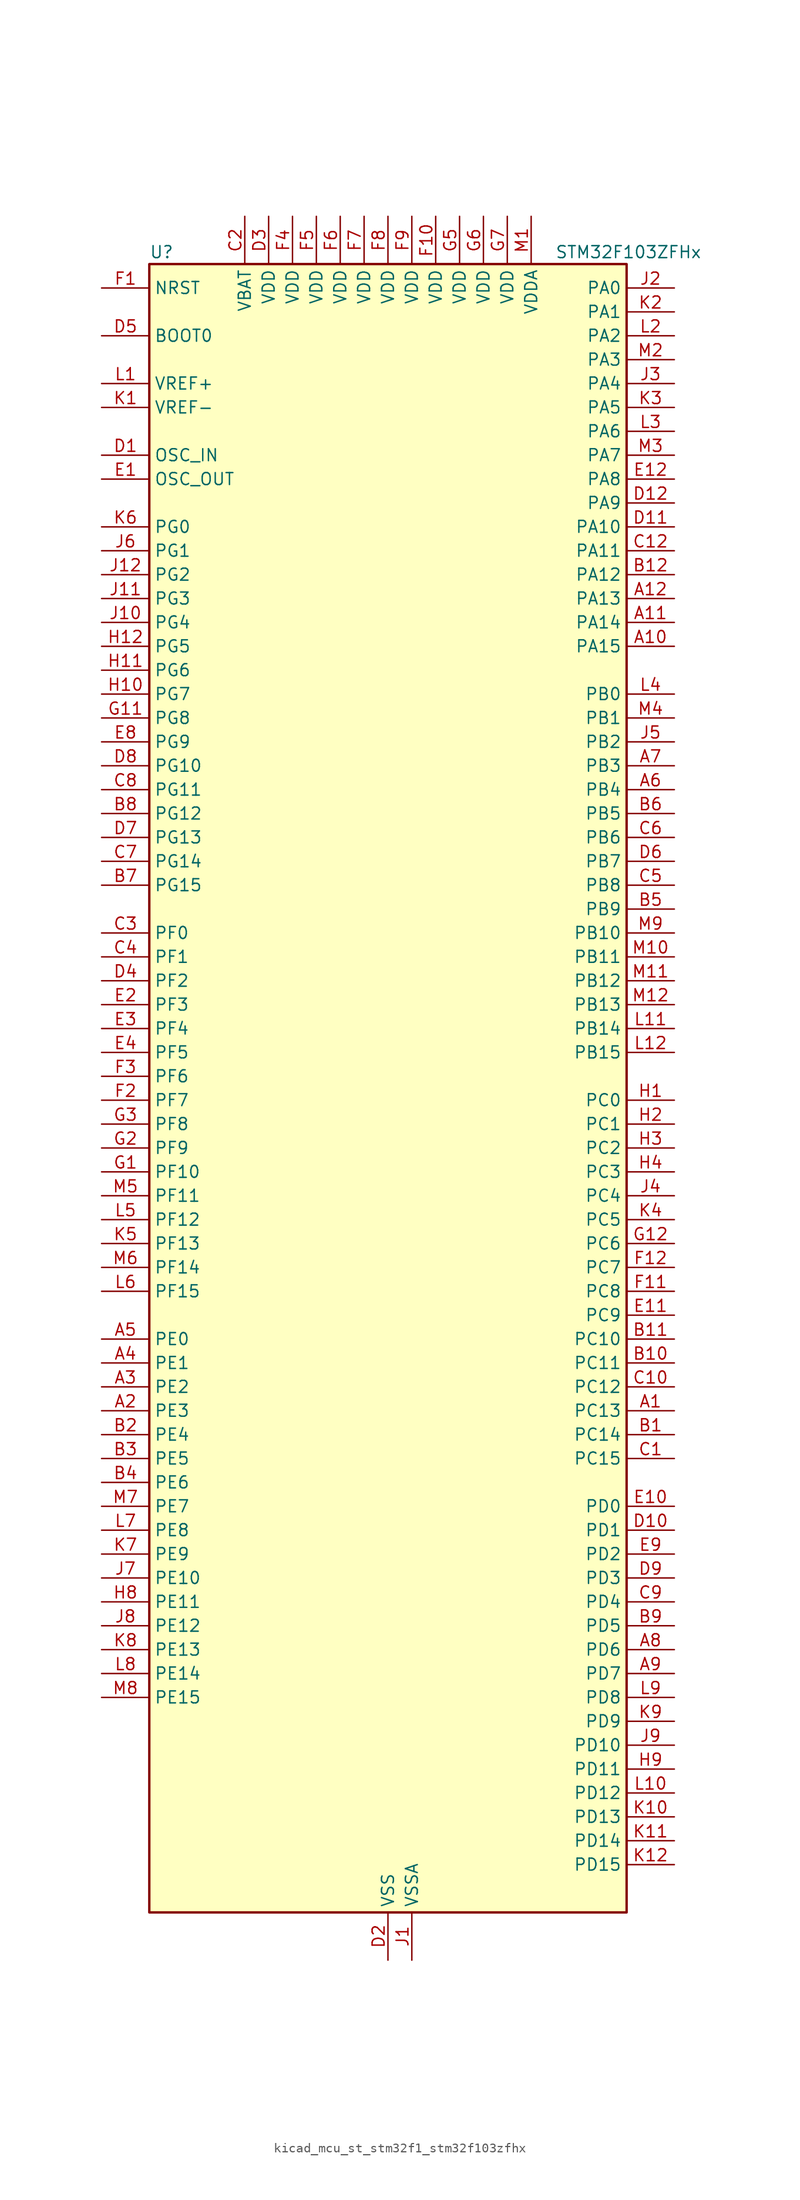
<source format=kicad_sym>
(kicad_symbol_lib
  (version 20220914)
  (generator kicad_symbol_editor)
  (symbol "kicad_mcu_st_stm32f1_stm32f103zfhx"
    (property "Reference" "U"
      (at -25.4 90.17 0)
      (effects (font (size 1.27 1.27)) (justify left)))
    (property "Value" "STM32F103ZFHx"
      (at 17.78 90.17 0)
      (effects (font (size 1.27 1.27)) (justify left)))
    (property "ki_locked" ""
      (at 0 0 0)
      (effects (font (size 1.27 1.27))))
    (symbol "kicad_mcu_st_stm32f1_stm32f103zfhx_0_1"
      (rectangle (start -25.4 -86.36) (end 25.4 88.9) (stroke (width 0.254) (type default)) (fill (type background))))
    (symbol "kicad_mcu_st_stm32f1_stm32f103zfhx_1_1"
      (pin bidirectional line (at 30.48 -33.02 180) (length 5.08) (name "PC13" (effects (font (size 1.27 1.27)))) (number "A1" (effects (font (size 1.27 1.27)))) (alternate "RTC_OUT" bidirectional line) (alternate "RTC_TAMPER" bidirectional line))
      (pin bidirectional line (at 30.48 48.26 180) (length 5.08) (name "PA15" (effects (font (size 1.27 1.27)))) (number "A10" (effects (font (size 1.27 1.27)))) (alternate "ADC1_EXTI15" bidirectional line) (alternate "ADC2_EXTI15" bidirectional line) (alternate "I2S3_WS" bidirectional line) (alternate "SPI1_NSS" bidirectional line) (alternate "SPI3_NSS" bidirectional line) (alternate "SYS_JTDI" bidirectional line) (alternate "TIM2_CH1" bidirectional line) (alternate "TIM2_ETR" bidirectional line))
      (pin bidirectional line (at 30.48 50.8 180) (length 5.08) (name "PA14" (effects (font (size 1.27 1.27)))) (number "A11" (effects (font (size 1.27 1.27)))) (alternate "SYS_JTCK-SWCLK" bidirectional line))
      (pin bidirectional line (at 30.48 53.34 180) (length 5.08) (name "PA13" (effects (font (size 1.27 1.27)))) (number "A12" (effects (font (size 1.27 1.27)))) (alternate "SYS_JTMS-SWDIO" bidirectional line))
      (pin bidirectional line (at -30.48 -33.02 0) (length 5.08) (name "PE3" (effects (font (size 1.27 1.27)))) (number "A2" (effects (font (size 1.27 1.27)))) (alternate "FSMC_A19" bidirectional line) (alternate "SYS_TRACED0" bidirectional line))
      (pin bidirectional line (at -30.48 -30.48 0) (length 5.08) (name "PE2" (effects (font (size 1.27 1.27)))) (number "A3" (effects (font (size 1.27 1.27)))) (alternate "FSMC_A23" bidirectional line) (alternate "SYS_TRACECLK" bidirectional line))
      (pin bidirectional line (at -30.48 -27.94 0) (length 5.08) (name "PE1" (effects (font (size 1.27 1.27)))) (number "A4" (effects (font (size 1.27 1.27)))) (alternate "FSMC_NBL1" bidirectional line))
      (pin bidirectional line (at -30.48 -25.4 0) (length 5.08) (name "PE0" (effects (font (size 1.27 1.27)))) (number "A5" (effects (font (size 1.27 1.27)))) (alternate "FSMC_NBL0" bidirectional line) (alternate "TIM4_ETR" bidirectional line))
      (pin bidirectional line (at 30.48 33.02 180) (length 5.08) (name "PB4" (effects (font (size 1.27 1.27)))) (number "A6" (effects (font (size 1.27 1.27)))) (alternate "SPI1_MISO" bidirectional line) (alternate "SPI3_MISO" bidirectional line) (alternate "SYS_NJTRST" bidirectional line) (alternate "TIM3_CH1" bidirectional line))
      (pin bidirectional line (at 30.48 35.56 180) (length 5.08) (name "PB3" (effects (font (size 1.27 1.27)))) (number "A7" (effects (font (size 1.27 1.27)))) (alternate "I2S3_CK" bidirectional line) (alternate "SPI1_SCK" bidirectional line) (alternate "SPI3_SCK" bidirectional line) (alternate "SYS_JTDO-TRACESWO" bidirectional line) (alternate "TIM2_CH2" bidirectional line))
      (pin bidirectional line (at 30.48 -58.42 180) (length 5.08) (name "PD6" (effects (font (size 1.27 1.27)))) (number "A8" (effects (font (size 1.27 1.27)))) (alternate "FSMC_NWAIT" bidirectional line) (alternate "USART2_RX" bidirectional line))
      (pin bidirectional line (at 30.48 -60.96 180) (length 5.08) (name "PD7" (effects (font (size 1.27 1.27)))) (number "A9" (effects (font (size 1.27 1.27)))) (alternate "FSMC_NCE2" bidirectional line) (alternate "FSMC_NE1" bidirectional line) (alternate "USART2_CK" bidirectional line))
      (pin bidirectional line (at 30.48 -35.56 180) (length 5.08) (name "PC14" (effects (font (size 1.27 1.27)))) (number "B1" (effects (font (size 1.27 1.27)))) (alternate "RCC_OSC32_IN" bidirectional line))
      (pin bidirectional line (at 30.48 -27.94 180) (length 5.08) (name "PC11" (effects (font (size 1.27 1.27)))) (number "B10" (effects (font (size 1.27 1.27)))) (alternate "ADC1_EXTI11" bidirectional line) (alternate "ADC2_EXTI11" bidirectional line) (alternate "SDIO_D3" bidirectional line) (alternate "UART4_RX" bidirectional line) (alternate "USART3_RX" bidirectional line))
      (pin bidirectional line (at 30.48 -25.4 180) (length 5.08) (name "PC10" (effects (font (size 1.27 1.27)))) (number "B11" (effects (font (size 1.27 1.27)))) (alternate "SDIO_D2" bidirectional line) (alternate "UART4_TX" bidirectional line) (alternate "USART3_TX" bidirectional line))
      (pin bidirectional line (at 30.48 55.88 180) (length 5.08) (name "PA12" (effects (font (size 1.27 1.27)))) (number "B12" (effects (font (size 1.27 1.27)))) (alternate "CAN_TX" bidirectional line) (alternate "TIM1_ETR" bidirectional line) (alternate "USART1_RTS" bidirectional line) (alternate "USB_DP" bidirectional line))
      (pin bidirectional line (at -30.48 -35.56 0) (length 5.08) (name "PE4" (effects (font (size 1.27 1.27)))) (number "B2" (effects (font (size 1.27 1.27)))) (alternate "FSMC_A20" bidirectional line) (alternate "SYS_TRACED1" bidirectional line))
      (pin bidirectional line (at -30.48 -38.1 0) (length 5.08) (name "PE5" (effects (font (size 1.27 1.27)))) (number "B3" (effects (font (size 1.27 1.27)))) (alternate "FSMC_A21" bidirectional line) (alternate "SYS_TRACED2" bidirectional line) (alternate "TIM9_CH1" bidirectional line))
      (pin bidirectional line (at -30.48 -40.64 0) (length 5.08) (name "PE6" (effects (font (size 1.27 1.27)))) (number "B4" (effects (font (size 1.27 1.27)))) (alternate "FSMC_A22" bidirectional line) (alternate "SYS_TRACED3" bidirectional line) (alternate "TIM9_CH2" bidirectional line))
      (pin bidirectional line (at 30.48 20.32 180) (length 5.08) (name "PB9" (effects (font (size 1.27 1.27)))) (number "B5" (effects (font (size 1.27 1.27)))) (alternate "CAN_TX" bidirectional line) (alternate "DAC_EXTI9" bidirectional line) (alternate "I2C1_SDA" bidirectional line) (alternate "SDIO_D5" bidirectional line) (alternate "TIM11_CH1" bidirectional line) (alternate "TIM4_CH4" bidirectional line))
      (pin bidirectional line (at 30.48 30.48 180) (length 5.08) (name "PB5" (effects (font (size 1.27 1.27)))) (number "B6" (effects (font (size 1.27 1.27)))) (alternate "I2C1_SMBA" bidirectional line) (alternate "I2S3_SD" bidirectional line) (alternate "SPI1_MOSI" bidirectional line) (alternate "SPI3_MOSI" bidirectional line) (alternate "TIM3_CH2" bidirectional line))
      (pin bidirectional line (at -30.48 22.86 0) (length 5.08) (name "PG15" (effects (font (size 1.27 1.27)))) (number "B7" (effects (font (size 1.27 1.27)))) (alternate "ADC1_EXTI15" bidirectional line) (alternate "ADC2_EXTI15" bidirectional line))
      (pin bidirectional line (at -30.48 30.48 0) (length 5.08) (name "PG12" (effects (font (size 1.27 1.27)))) (number "B8" (effects (font (size 1.27 1.27)))) (alternate "FSMC_NE4" bidirectional line))
      (pin bidirectional line (at 30.48 -55.88 180) (length 5.08) (name "PD5" (effects (font (size 1.27 1.27)))) (number "B9" (effects (font (size 1.27 1.27)))) (alternate "FSMC_NWE" bidirectional line) (alternate "USART2_TX" bidirectional line))
      (pin bidirectional line (at 30.48 -38.1 180) (length 5.08) (name "PC15" (effects (font (size 1.27 1.27)))) (number "C1" (effects (font (size 1.27 1.27)))) (alternate "ADC1_EXTI15" bidirectional line) (alternate "ADC2_EXTI15" bidirectional line) (alternate "RCC_OSC32_OUT" bidirectional line))
      (pin bidirectional line (at 30.48 -30.48 180) (length 5.08) (name "PC12" (effects (font (size 1.27 1.27)))) (number "C10" (effects (font (size 1.27 1.27)))) (alternate "SDIO_CK" bidirectional line) (alternate "UART5_TX" bidirectional line) (alternate "USART3_CK" bidirectional line))
      (pin no_connect line (at -25.4 -86.36 0) (length 5.08) hide (name "NC" (effects (font (size 1.27 1.27)))) (number "C11" (effects (font (size 1.27 1.27)))))
      (pin bidirectional line (at 30.48 58.42 180) (length 5.08) (name "PA11" (effects (font (size 1.27 1.27)))) (number "C12" (effects (font (size 1.27 1.27)))) (alternate "ADC1_EXTI11" bidirectional line) (alternate "ADC2_EXTI11" bidirectional line) (alternate "CAN_RX" bidirectional line) (alternate "TIM1_CH4" bidirectional line) (alternate "USART1_CTS" bidirectional line) (alternate "USB_DM" bidirectional line))
      (pin power_in line (at -15.24 93.98 270) (length 5.08) (name "VBAT" (effects (font (size 1.27 1.27)))) (number "C2" (effects (font (size 1.27 1.27)))))
      (pin bidirectional line (at -30.48 17.78 0) (length 5.08) (name "PF0" (effects (font (size 1.27 1.27)))) (number "C3" (effects (font (size 1.27 1.27)))) (alternate "FSMC_A0" bidirectional line))
      (pin bidirectional line (at -30.48 15.24 0) (length 5.08) (name "PF1" (effects (font (size 1.27 1.27)))) (number "C4" (effects (font (size 1.27 1.27)))) (alternate "FSMC_A1" bidirectional line))
      (pin bidirectional line (at 30.48 22.86 180) (length 5.08) (name "PB8" (effects (font (size 1.27 1.27)))) (number "C5" (effects (font (size 1.27 1.27)))) (alternate "CAN_RX" bidirectional line) (alternate "I2C1_SCL" bidirectional line) (alternate "SDIO_D4" bidirectional line) (alternate "TIM10_CH1" bidirectional line) (alternate "TIM4_CH3" bidirectional line))
      (pin bidirectional line (at 30.48 27.94 180) (length 5.08) (name "PB6" (effects (font (size 1.27 1.27)))) (number "C6" (effects (font (size 1.27 1.27)))) (alternate "I2C1_SCL" bidirectional line) (alternate "TIM4_CH1" bidirectional line) (alternate "USART1_TX" bidirectional line))
      (pin bidirectional line (at -30.48 25.4 0) (length 5.08) (name "PG14" (effects (font (size 1.27 1.27)))) (number "C7" (effects (font (size 1.27 1.27)))) (alternate "FSMC_A25" bidirectional line))
      (pin bidirectional line (at -30.48 33.02 0) (length 5.08) (name "PG11" (effects (font (size 1.27 1.27)))) (number "C8" (effects (font (size 1.27 1.27)))) (alternate "ADC1_EXTI11" bidirectional line) (alternate "ADC2_EXTI11" bidirectional line) (alternate "FSMC_NCE4_2" bidirectional line))
      (pin bidirectional line (at 30.48 -53.34 180) (length 5.08) (name "PD4" (effects (font (size 1.27 1.27)))) (number "C9" (effects (font (size 1.27 1.27)))) (alternate "FSMC_NOE" bidirectional line) (alternate "USART2_RTS" bidirectional line))
      (pin input line (at -30.48 68.58 0) (length 5.08) (name "OSC_IN" (effects (font (size 1.27 1.27)))) (number "D1" (effects (font (size 1.27 1.27)))) (alternate "RCC_OSC_IN" bidirectional line))
      (pin bidirectional line (at 30.48 -45.72 180) (length 5.08) (name "PD1" (effects (font (size 1.27 1.27)))) (number "D10" (effects (font (size 1.27 1.27)))) (alternate "CAN_TX" bidirectional line) (alternate "FSMC_D3" bidirectional line) (alternate "FSMC_DA3" bidirectional line))
      (pin bidirectional line (at 30.48 60.96 180) (length 5.08) (name "PA10" (effects (font (size 1.27 1.27)))) (number "D11" (effects (font (size 1.27 1.27)))) (alternate "TIM1_CH3" bidirectional line) (alternate "USART1_RX" bidirectional line))
      (pin bidirectional line (at 30.48 63.5 180) (length 5.08) (name "PA9" (effects (font (size 1.27 1.27)))) (number "D12" (effects (font (size 1.27 1.27)))) (alternate "DAC_EXTI9" bidirectional line) (alternate "TIM1_CH2" bidirectional line) (alternate "USART1_TX" bidirectional line))
      (pin power_in line (at 0 -91.44 90) (length 5.08) (name "VSS" (effects (font (size 1.27 1.27)))) (number "D2" (effects (font (size 1.27 1.27)))))
      (pin power_in line (at -12.7 93.98 270) (length 5.08) (name "VDD" (effects (font (size 1.27 1.27)))) (number "D3" (effects (font (size 1.27 1.27)))))
      (pin bidirectional line (at -30.48 12.7 0) (length 5.08) (name "PF2" (effects (font (size 1.27 1.27)))) (number "D4" (effects (font (size 1.27 1.27)))) (alternate "FSMC_A2" bidirectional line))
      (pin input line (at -30.48 81.28 0) (length 5.08) (name "BOOT0" (effects (font (size 1.27 1.27)))) (number "D5" (effects (font (size 1.27 1.27)))))
      (pin bidirectional line (at 30.48 25.4 180) (length 5.08) (name "PB7" (effects (font (size 1.27 1.27)))) (number "D6" (effects (font (size 1.27 1.27)))) (alternate "FSMC_NL" bidirectional line) (alternate "I2C1_SDA" bidirectional line) (alternate "TIM4_CH2" bidirectional line) (alternate "USART1_RX" bidirectional line))
      (pin bidirectional line (at -30.48 27.94 0) (length 5.08) (name "PG13" (effects (font (size 1.27 1.27)))) (number "D7" (effects (font (size 1.27 1.27)))) (alternate "FSMC_A24" bidirectional line))
      (pin bidirectional line (at -30.48 35.56 0) (length 5.08) (name "PG10" (effects (font (size 1.27 1.27)))) (number "D8" (effects (font (size 1.27 1.27)))) (alternate "FSMC_NCE4_1" bidirectional line) (alternate "FSMC_NE3" bidirectional line))
      (pin bidirectional line (at 30.48 -50.8 180) (length 5.08) (name "PD3" (effects (font (size 1.27 1.27)))) (number "D9" (effects (font (size 1.27 1.27)))) (alternate "FSMC_CLK" bidirectional line) (alternate "USART2_CTS" bidirectional line))
      (pin input line (at -30.48 66.04 0) (length 5.08) (name "OSC_OUT" (effects (font (size 1.27 1.27)))) (number "E1" (effects (font (size 1.27 1.27)))) (alternate "RCC_OSC_OUT" bidirectional line))
      (pin bidirectional line (at 30.48 -43.18 180) (length 5.08) (name "PD0" (effects (font (size 1.27 1.27)))) (number "E10" (effects (font (size 1.27 1.27)))) (alternate "CAN_RX" bidirectional line) (alternate "FSMC_D2" bidirectional line) (alternate "FSMC_DA2" bidirectional line))
      (pin bidirectional line (at 30.48 -22.86 180) (length 5.08) (name "PC9" (effects (font (size 1.27 1.27)))) (number "E11" (effects (font (size 1.27 1.27)))) (alternate "DAC_EXTI9" bidirectional line) (alternate "SDIO_D1" bidirectional line) (alternate "TIM3_CH4" bidirectional line) (alternate "TIM8_CH4" bidirectional line))
      (pin bidirectional line (at 30.48 66.04 180) (length 5.08) (name "PA8" (effects (font (size 1.27 1.27)))) (number "E12" (effects (font (size 1.27 1.27)))) (alternate "RCC_MCO" bidirectional line) (alternate "TIM1_CH1" bidirectional line) (alternate "USART1_CK" bidirectional line))
      (pin bidirectional line (at -30.48 10.16 0) (length 5.08) (name "PF3" (effects (font (size 1.27 1.27)))) (number "E2" (effects (font (size 1.27 1.27)))) (alternate "FSMC_A3" bidirectional line))
      (pin bidirectional line (at -30.48 7.62 0) (length 5.08) (name "PF4" (effects (font (size 1.27 1.27)))) (number "E3" (effects (font (size 1.27 1.27)))) (alternate "FSMC_A4" bidirectional line))
      (pin bidirectional line (at -30.48 5.08 0) (length 5.08) (name "PF5" (effects (font (size 1.27 1.27)))) (number "E4" (effects (font (size 1.27 1.27)))) (alternate "FSMC_A5" bidirectional line))
      (pin passive line (at 0 -91.44 90) (length 5.08) hide (name "VSS" (effects (font (size 1.27 1.27)))) (number "E5" (effects (font (size 1.27 1.27)))))
      (pin passive line (at 0 -91.44 90) (length 5.08) hide (name "VSS" (effects (font (size 1.27 1.27)))) (number "E6" (effects (font (size 1.27 1.27)))))
      (pin passive line (at 0 -91.44 90) (length 5.08) hide (name "VSS" (effects (font (size 1.27 1.27)))) (number "E7" (effects (font (size 1.27 1.27)))))
      (pin bidirectional line (at -30.48 38.1 0) (length 5.08) (name "PG9" (effects (font (size 1.27 1.27)))) (number "E8" (effects (font (size 1.27 1.27)))) (alternate "DAC_EXTI9" bidirectional line) (alternate "FSMC_NCE3" bidirectional line) (alternate "FSMC_NE2" bidirectional line))
      (pin bidirectional line (at 30.48 -48.26 180) (length 5.08) (name "PD2" (effects (font (size 1.27 1.27)))) (number "E9" (effects (font (size 1.27 1.27)))) (alternate "SDIO_CMD" bidirectional line) (alternate "TIM3_ETR" bidirectional line) (alternate "UART5_RX" bidirectional line))
      (pin input line (at -30.48 86.36 0) (length 5.08) (name "NRST" (effects (font (size 1.27 1.27)))) (number "F1" (effects (font (size 1.27 1.27)))))
      (pin power_in line (at 5.08 93.98 270) (length 5.08) (name "VDD" (effects (font (size 1.27 1.27)))) (number "F10" (effects (font (size 1.27 1.27)))))
      (pin bidirectional line (at 30.48 -20.32 180) (length 5.08) (name "PC8" (effects (font (size 1.27 1.27)))) (number "F11" (effects (font (size 1.27 1.27)))) (alternate "SDIO_D0" bidirectional line) (alternate "TIM3_CH3" bidirectional line) (alternate "TIM8_CH3" bidirectional line))
      (pin bidirectional line (at 30.48 -17.78 180) (length 5.08) (name "PC7" (effects (font (size 1.27 1.27)))) (number "F12" (effects (font (size 1.27 1.27)))) (alternate "I2S3_MCK" bidirectional line) (alternate "SDIO_D7" bidirectional line) (alternate "TIM3_CH2" bidirectional line) (alternate "TIM8_CH2" bidirectional line))
      (pin bidirectional line (at -30.48 0 0) (length 5.08) (name "PF7" (effects (font (size 1.27 1.27)))) (number "F2" (effects (font (size 1.27 1.27)))) (alternate "ADC3_IN5" bidirectional line) (alternate "FSMC_NREG" bidirectional line) (alternate "TIM11_CH1" bidirectional line))
      (pin bidirectional line (at -30.48 2.54 0) (length 5.08) (name "PF6" (effects (font (size 1.27 1.27)))) (number "F3" (effects (font (size 1.27 1.27)))) (alternate "ADC3_IN4" bidirectional line) (alternate "FSMC_NIORD" bidirectional line) (alternate "TIM10_CH1" bidirectional line))
      (pin power_in line (at -10.16 93.98 270) (length 5.08) (name "VDD" (effects (font (size 1.27 1.27)))) (number "F4" (effects (font (size 1.27 1.27)))))
      (pin power_in line (at -7.62 93.98 270) (length 5.08) (name "VDD" (effects (font (size 1.27 1.27)))) (number "F5" (effects (font (size 1.27 1.27)))))
      (pin power_in line (at -5.08 93.98 270) (length 5.08) (name "VDD" (effects (font (size 1.27 1.27)))) (number "F6" (effects (font (size 1.27 1.27)))))
      (pin power_in line (at -2.54 93.98 270) (length 5.08) (name "VDD" (effects (font (size 1.27 1.27)))) (number "F7" (effects (font (size 1.27 1.27)))))
      (pin power_in line (at 0 93.98 270) (length 5.08) (name "VDD" (effects (font (size 1.27 1.27)))) (number "F8" (effects (font (size 1.27 1.27)))))
      (pin power_in line (at 2.54 93.98 270) (length 5.08) (name "VDD" (effects (font (size 1.27 1.27)))) (number "F9" (effects (font (size 1.27 1.27)))))
      (pin bidirectional line (at -30.48 -7.62 0) (length 5.08) (name "PF10" (effects (font (size 1.27 1.27)))) (number "G1" (effects (font (size 1.27 1.27)))) (alternate "ADC3_IN8" bidirectional line) (alternate "FSMC_INTR" bidirectional line))
      (pin passive line (at 0 -91.44 90) (length 5.08) hide (name "VSS" (effects (font (size 1.27 1.27)))) (number "G10" (effects (font (size 1.27 1.27)))))
      (pin bidirectional line (at -30.48 40.64 0) (length 5.08) (name "PG8" (effects (font (size 1.27 1.27)))) (number "G11" (effects (font (size 1.27 1.27)))))
      (pin bidirectional line (at 30.48 -15.24 180) (length 5.08) (name "PC6" (effects (font (size 1.27 1.27)))) (number "G12" (effects (font (size 1.27 1.27)))) (alternate "I2S2_MCK" bidirectional line) (alternate "SDIO_D6" bidirectional line) (alternate "TIM3_CH1" bidirectional line) (alternate "TIM8_CH1" bidirectional line))
      (pin bidirectional line (at -30.48 -5.08 0) (length 5.08) (name "PF9" (effects (font (size 1.27 1.27)))) (number "G2" (effects (font (size 1.27 1.27)))) (alternate "ADC3_IN7" bidirectional line) (alternate "DAC_EXTI9" bidirectional line) (alternate "FSMC_CD" bidirectional line) (alternate "TIM14_CH1" bidirectional line))
      (pin bidirectional line (at -30.48 -2.54 0) (length 5.08) (name "PF8" (effects (font (size 1.27 1.27)))) (number "G3" (effects (font (size 1.27 1.27)))) (alternate "ADC3_IN6" bidirectional line) (alternate "FSMC_NIOWR" bidirectional line) (alternate "TIM13_CH1" bidirectional line))
      (pin passive line (at 0 -91.44 90) (length 5.08) hide (name "VSS" (effects (font (size 1.27 1.27)))) (number "G4" (effects (font (size 1.27 1.27)))))
      (pin power_in line (at 7.62 93.98 270) (length 5.08) (name "VDD" (effects (font (size 1.27 1.27)))) (number "G5" (effects (font (size 1.27 1.27)))))
      (pin power_in line (at 10.16 93.98 270) (length 5.08) (name "VDD" (effects (font (size 1.27 1.27)))) (number "G6" (effects (font (size 1.27 1.27)))))
      (pin power_in line (at 12.7 93.98 270) (length 5.08) (name "VDD" (effects (font (size 1.27 1.27)))) (number "G7" (effects (font (size 1.27 1.27)))))
      (pin passive line (at 0 -91.44 90) (length 5.08) hide (name "VSS" (effects (font (size 1.27 1.27)))) (number "G8" (effects (font (size 1.27 1.27)))))
      (pin passive line (at 0 -91.44 90) (length 5.08) hide (name "VSS" (effects (font (size 1.27 1.27)))) (number "G9" (effects (font (size 1.27 1.27)))))
      (pin bidirectional line (at 30.48 0 180) (length 5.08) (name "PC0" (effects (font (size 1.27 1.27)))) (number "H1" (effects (font (size 1.27 1.27)))) (alternate "ADC1_IN10" bidirectional line) (alternate "ADC2_IN10" bidirectional line) (alternate "ADC3_IN10" bidirectional line))
      (pin bidirectional line (at -30.48 43.18 0) (length 5.08) (name "PG7" (effects (font (size 1.27 1.27)))) (number "H10" (effects (font (size 1.27 1.27)))) (alternate "FSMC_INT3" bidirectional line))
      (pin bidirectional line (at -30.48 45.72 0) (length 5.08) (name "PG6" (effects (font (size 1.27 1.27)))) (number "H11" (effects (font (size 1.27 1.27)))) (alternate "FSMC_INT2" bidirectional line))
      (pin bidirectional line (at -30.48 48.26 0) (length 5.08) (name "PG5" (effects (font (size 1.27 1.27)))) (number "H12" (effects (font (size 1.27 1.27)))) (alternate "FSMC_A15" bidirectional line))
      (pin bidirectional line (at 30.48 -2.54 180) (length 5.08) (name "PC1" (effects (font (size 1.27 1.27)))) (number "H2" (effects (font (size 1.27 1.27)))) (alternate "ADC1_IN11" bidirectional line) (alternate "ADC2_IN11" bidirectional line) (alternate "ADC3_IN11" bidirectional line))
      (pin bidirectional line (at 30.48 -5.08 180) (length 5.08) (name "PC2" (effects (font (size 1.27 1.27)))) (number "H3" (effects (font (size 1.27 1.27)))) (alternate "ADC1_IN12" bidirectional line) (alternate "ADC2_IN12" bidirectional line) (alternate "ADC3_IN12" bidirectional line))
      (pin bidirectional line (at 30.48 -7.62 180) (length 5.08) (name "PC3" (effects (font (size 1.27 1.27)))) (number "H4" (effects (font (size 1.27 1.27)))) (alternate "ADC1_IN13" bidirectional line) (alternate "ADC2_IN13" bidirectional line) (alternate "ADC3_IN13" bidirectional line))
      (pin passive line (at 0 -91.44 90) (length 5.08) hide (name "VSS" (effects (font (size 1.27 1.27)))) (number "H5" (effects (font (size 1.27 1.27)))))
      (pin passive line (at 0 -91.44 90) (length 5.08) hide (name "VSS" (effects (font (size 1.27 1.27)))) (number "H6" (effects (font (size 1.27 1.27)))))
      (pin passive line (at 0 -91.44 90) (length 5.08) hide (name "VSS" (effects (font (size 1.27 1.27)))) (number "H7" (effects (font (size 1.27 1.27)))))
      (pin bidirectional line (at -30.48 -53.34 0) (length 5.08) (name "PE11" (effects (font (size 1.27 1.27)))) (number "H8" (effects (font (size 1.27 1.27)))) (alternate "ADC1_EXTI11" bidirectional line) (alternate "ADC2_EXTI11" bidirectional line) (alternate "FSMC_D8" bidirectional line) (alternate "FSMC_DA8" bidirectional line) (alternate "TIM1_CH2" bidirectional line))
      (pin bidirectional line (at 30.48 -71.12 180) (length 5.08) (name "PD11" (effects (font (size 1.27 1.27)))) (number "H9" (effects (font (size 1.27 1.27)))) (alternate "ADC1_EXTI11" bidirectional line) (alternate "ADC2_EXTI11" bidirectional line) (alternate "FSMC_A16" bidirectional line) (alternate "FSMC_CLE" bidirectional line) (alternate "USART3_CTS" bidirectional line))
      (pin power_in line (at 2.54 -91.44 90) (length 5.08) (name "VSSA" (effects (font (size 1.27 1.27)))) (number "J1" (effects (font (size 1.27 1.27)))))
      (pin bidirectional line (at -30.48 50.8 0) (length 5.08) (name "PG4" (effects (font (size 1.27 1.27)))) (number "J10" (effects (font (size 1.27 1.27)))) (alternate "FSMC_A14" bidirectional line))
      (pin bidirectional line (at -30.48 53.34 0) (length 5.08) (name "PG3" (effects (font (size 1.27 1.27)))) (number "J11" (effects (font (size 1.27 1.27)))) (alternate "FSMC_A13" bidirectional line))
      (pin bidirectional line (at -30.48 55.88 0) (length 5.08) (name "PG2" (effects (font (size 1.27 1.27)))) (number "J12" (effects (font (size 1.27 1.27)))) (alternate "FSMC_A12" bidirectional line))
      (pin bidirectional line (at 30.48 86.36 180) (length 5.08) (name "PA0" (effects (font (size 1.27 1.27)))) (number "J2" (effects (font (size 1.27 1.27)))) (alternate "ADC1_IN0" bidirectional line) (alternate "ADC2_IN0" bidirectional line) (alternate "ADC3_IN0" bidirectional line) (alternate "SYS_WKUP" bidirectional line) (alternate "TIM2_CH1" bidirectional line) (alternate "TIM2_ETR" bidirectional line) (alternate "TIM5_CH1" bidirectional line) (alternate "TIM8_ETR" bidirectional line) (alternate "USART2_CTS" bidirectional line))
      (pin bidirectional line (at 30.48 76.2 180) (length 5.08) (name "PA4" (effects (font (size 1.27 1.27)))) (number "J3" (effects (font (size 1.27 1.27)))) (alternate "ADC1_IN4" bidirectional line) (alternate "ADC2_IN4" bidirectional line) (alternate "DAC_OUT1" bidirectional line) (alternate "SPI1_NSS" bidirectional line) (alternate "USART2_CK" bidirectional line))
      (pin bidirectional line (at 30.48 -10.16 180) (length 5.08) (name "PC4" (effects (font (size 1.27 1.27)))) (number "J4" (effects (font (size 1.27 1.27)))) (alternate "ADC1_IN14" bidirectional line) (alternate "ADC2_IN14" bidirectional line))
      (pin bidirectional line (at 30.48 38.1 180) (length 5.08) (name "PB2" (effects (font (size 1.27 1.27)))) (number "J5" (effects (font (size 1.27 1.27)))))
      (pin bidirectional line (at -30.48 58.42 0) (length 5.08) (name "PG1" (effects (font (size 1.27 1.27)))) (number "J6" (effects (font (size 1.27 1.27)))) (alternate "FSMC_A11" bidirectional line))
      (pin bidirectional line (at -30.48 -50.8 0) (length 5.08) (name "PE10" (effects (font (size 1.27 1.27)))) (number "J7" (effects (font (size 1.27 1.27)))) (alternate "FSMC_D7" bidirectional line) (alternate "FSMC_DA7" bidirectional line) (alternate "TIM1_CH2N" bidirectional line))
      (pin bidirectional line (at -30.48 -55.88 0) (length 5.08) (name "PE12" (effects (font (size 1.27 1.27)))) (number "J8" (effects (font (size 1.27 1.27)))) (alternate "FSMC_D9" bidirectional line) (alternate "FSMC_DA9" bidirectional line) (alternate "TIM1_CH3N" bidirectional line))
      (pin bidirectional line (at 30.48 -68.58 180) (length 5.08) (name "PD10" (effects (font (size 1.27 1.27)))) (number "J9" (effects (font (size 1.27 1.27)))) (alternate "FSMC_D15" bidirectional line) (alternate "FSMC_DA15" bidirectional line) (alternate "USART3_CK" bidirectional line))
      (pin input line (at -30.48 73.66 0) (length 5.08) (name "VREF-" (effects (font (size 1.27 1.27)))) (number "K1" (effects (font (size 1.27 1.27)))))
      (pin bidirectional line (at 30.48 -76.2 180) (length 5.08) (name "PD13" (effects (font (size 1.27 1.27)))) (number "K10" (effects (font (size 1.27 1.27)))) (alternate "FSMC_A18" bidirectional line) (alternate "TIM4_CH2" bidirectional line))
      (pin bidirectional line (at 30.48 -78.74 180) (length 5.08) (name "PD14" (effects (font (size 1.27 1.27)))) (number "K11" (effects (font (size 1.27 1.27)))) (alternate "FSMC_D0" bidirectional line) (alternate "FSMC_DA0" bidirectional line) (alternate "TIM4_CH3" bidirectional line))
      (pin bidirectional line (at 30.48 -81.28 180) (length 5.08) (name "PD15" (effects (font (size 1.27 1.27)))) (number "K12" (effects (font (size 1.27 1.27)))) (alternate "ADC1_EXTI15" bidirectional line) (alternate "ADC2_EXTI15" bidirectional line) (alternate "FSMC_D1" bidirectional line) (alternate "FSMC_DA1" bidirectional line) (alternate "TIM4_CH4" bidirectional line))
      (pin bidirectional line (at 30.48 83.82 180) (length 5.08) (name "PA1" (effects (font (size 1.27 1.27)))) (number "K2" (effects (font (size 1.27 1.27)))) (alternate "ADC1_IN1" bidirectional line) (alternate "ADC2_IN1" bidirectional line) (alternate "ADC3_IN1" bidirectional line) (alternate "TIM2_CH2" bidirectional line) (alternate "TIM5_CH2" bidirectional line) (alternate "USART2_RTS" bidirectional line))
      (pin bidirectional line (at 30.48 73.66 180) (length 5.08) (name "PA5" (effects (font (size 1.27 1.27)))) (number "K3" (effects (font (size 1.27 1.27)))) (alternate "ADC1_IN5" bidirectional line) (alternate "ADC2_IN5" bidirectional line) (alternate "DAC_OUT2" bidirectional line) (alternate "SPI1_SCK" bidirectional line))
      (pin bidirectional line (at 30.48 -12.7 180) (length 5.08) (name "PC5" (effects (font (size 1.27 1.27)))) (number "K4" (effects (font (size 1.27 1.27)))) (alternate "ADC1_IN15" bidirectional line) (alternate "ADC2_IN15" bidirectional line))
      (pin bidirectional line (at -30.48 -15.24 0) (length 5.08) (name "PF13" (effects (font (size 1.27 1.27)))) (number "K5" (effects (font (size 1.27 1.27)))) (alternate "FSMC_A7" bidirectional line))
      (pin bidirectional line (at -30.48 60.96 0) (length 5.08) (name "PG0" (effects (font (size 1.27 1.27)))) (number "K6" (effects (font (size 1.27 1.27)))) (alternate "FSMC_A10" bidirectional line))
      (pin bidirectional line (at -30.48 -48.26 0) (length 5.08) (name "PE9" (effects (font (size 1.27 1.27)))) (number "K7" (effects (font (size 1.27 1.27)))) (alternate "DAC_EXTI9" bidirectional line) (alternate "FSMC_D6" bidirectional line) (alternate "FSMC_DA6" bidirectional line) (alternate "TIM1_CH1" bidirectional line))
      (pin bidirectional line (at -30.48 -58.42 0) (length 5.08) (name "PE13" (effects (font (size 1.27 1.27)))) (number "K8" (effects (font (size 1.27 1.27)))) (alternate "FSMC_D10" bidirectional line) (alternate "FSMC_DA10" bidirectional line) (alternate "TIM1_CH3" bidirectional line))
      (pin bidirectional line (at 30.48 -66.04 180) (length 5.08) (name "PD9" (effects (font (size 1.27 1.27)))) (number "K9" (effects (font (size 1.27 1.27)))) (alternate "DAC_EXTI9" bidirectional line) (alternate "FSMC_D14" bidirectional line) (alternate "FSMC_DA14" bidirectional line) (alternate "USART3_RX" bidirectional line))
      (pin input line (at -30.48 76.2 0) (length 5.08) (name "VREF+" (effects (font (size 1.27 1.27)))) (number "L1" (effects (font (size 1.27 1.27)))))
      (pin bidirectional line (at 30.48 -73.66 180) (length 5.08) (name "PD12" (effects (font (size 1.27 1.27)))) (number "L10" (effects (font (size 1.27 1.27)))) (alternate "FSMC_A17" bidirectional line) (alternate "FSMC_ALE" bidirectional line) (alternate "TIM4_CH1" bidirectional line) (alternate "USART3_RTS" bidirectional line))
      (pin bidirectional line (at 30.48 7.62 180) (length 5.08) (name "PB14" (effects (font (size 1.27 1.27)))) (number "L11" (effects (font (size 1.27 1.27)))) (alternate "SPI2_MISO" bidirectional line) (alternate "TIM12_CH1" bidirectional line) (alternate "TIM1_CH2N" bidirectional line) (alternate "USART3_RTS" bidirectional line))
      (pin bidirectional line (at 30.48 5.08 180) (length 5.08) (name "PB15" (effects (font (size 1.27 1.27)))) (number "L12" (effects (font (size 1.27 1.27)))) (alternate "ADC1_EXTI15" bidirectional line) (alternate "ADC2_EXTI15" bidirectional line) (alternate "I2S2_SD" bidirectional line) (alternate "SPI2_MOSI" bidirectional line) (alternate "TIM12_CH2" bidirectional line) (alternate "TIM1_CH3N" bidirectional line))
      (pin bidirectional line (at 30.48 81.28 180) (length 5.08) (name "PA2" (effects (font (size 1.27 1.27)))) (number "L2" (effects (font (size 1.27 1.27)))) (alternate "ADC1_IN2" bidirectional line) (alternate "ADC2_IN2" bidirectional line) (alternate "ADC3_IN2" bidirectional line) (alternate "TIM2_CH3" bidirectional line) (alternate "TIM5_CH3" bidirectional line) (alternate "TIM9_CH1" bidirectional line) (alternate "USART2_TX" bidirectional line))
      (pin bidirectional line (at 30.48 71.12 180) (length 5.08) (name "PA6" (effects (font (size 1.27 1.27)))) (number "L3" (effects (font (size 1.27 1.27)))) (alternate "ADC1_IN6" bidirectional line) (alternate "ADC2_IN6" bidirectional line) (alternate "SPI1_MISO" bidirectional line) (alternate "TIM13_CH1" bidirectional line) (alternate "TIM1_BKIN" bidirectional line) (alternate "TIM3_CH1" bidirectional line) (alternate "TIM8_BKIN" bidirectional line))
      (pin bidirectional line (at 30.48 43.18 180) (length 5.08) (name "PB0" (effects (font (size 1.27 1.27)))) (number "L4" (effects (font (size 1.27 1.27)))) (alternate "ADC1_IN8" bidirectional line) (alternate "ADC2_IN8" bidirectional line) (alternate "TIM1_CH2N" bidirectional line) (alternate "TIM3_CH3" bidirectional line) (alternate "TIM8_CH2N" bidirectional line))
      (pin bidirectional line (at -30.48 -12.7 0) (length 5.08) (name "PF12" (effects (font (size 1.27 1.27)))) (number "L5" (effects (font (size 1.27 1.27)))) (alternate "FSMC_A6" bidirectional line))
      (pin bidirectional line (at -30.48 -20.32 0) (length 5.08) (name "PF15" (effects (font (size 1.27 1.27)))) (number "L6" (effects (font (size 1.27 1.27)))) (alternate "ADC1_EXTI15" bidirectional line) (alternate "ADC2_EXTI15" bidirectional line) (alternate "FSMC_A9" bidirectional line))
      (pin bidirectional line (at -30.48 -45.72 0) (length 5.08) (name "PE8" (effects (font (size 1.27 1.27)))) (number "L7" (effects (font (size 1.27 1.27)))) (alternate "FSMC_D5" bidirectional line) (alternate "FSMC_DA5" bidirectional line) (alternate "TIM1_CH1N" bidirectional line))
      (pin bidirectional line (at -30.48 -60.96 0) (length 5.08) (name "PE14" (effects (font (size 1.27 1.27)))) (number "L8" (effects (font (size 1.27 1.27)))) (alternate "FSMC_D11" bidirectional line) (alternate "FSMC_DA11" bidirectional line) (alternate "TIM1_CH4" bidirectional line))
      (pin bidirectional line (at 30.48 -63.5 180) (length 5.08) (name "PD8" (effects (font (size 1.27 1.27)))) (number "L9" (effects (font (size 1.27 1.27)))) (alternate "FSMC_D13" bidirectional line) (alternate "FSMC_DA13" bidirectional line) (alternate "USART3_TX" bidirectional line))
      (pin power_in line (at 15.24 93.98 270) (length 5.08) (name "VDDA" (effects (font (size 1.27 1.27)))) (number "M1" (effects (font (size 1.27 1.27)))))
      (pin bidirectional line (at 30.48 15.24 180) (length 5.08) (name "PB11" (effects (font (size 1.27 1.27)))) (number "M10" (effects (font (size 1.27 1.27)))) (alternate "ADC1_EXTI11" bidirectional line) (alternate "ADC2_EXTI11" bidirectional line) (alternate "I2C2_SDA" bidirectional line) (alternate "TIM2_CH4" bidirectional line) (alternate "USART3_RX" bidirectional line))
      (pin bidirectional line (at 30.48 12.7 180) (length 5.08) (name "PB12" (effects (font (size 1.27 1.27)))) (number "M11" (effects (font (size 1.27 1.27)))) (alternate "I2C2_SMBA" bidirectional line) (alternate "I2S2_WS" bidirectional line) (alternate "SPI2_NSS" bidirectional line) (alternate "TIM1_BKIN" bidirectional line) (alternate "USART3_CK" bidirectional line))
      (pin bidirectional line (at 30.48 10.16 180) (length 5.08) (name "PB13" (effects (font (size 1.27 1.27)))) (number "M12" (effects (font (size 1.27 1.27)))) (alternate "I2S2_CK" bidirectional line) (alternate "SPI2_SCK" bidirectional line) (alternate "TIM1_CH1N" bidirectional line) (alternate "USART3_CTS" bidirectional line))
      (pin bidirectional line (at 30.48 78.74 180) (length 5.08) (name "PA3" (effects (font (size 1.27 1.27)))) (number "M2" (effects (font (size 1.27 1.27)))) (alternate "ADC1_IN3" bidirectional line) (alternate "ADC2_IN3" bidirectional line) (alternate "ADC3_IN3" bidirectional line) (alternate "TIM2_CH4" bidirectional line) (alternate "TIM5_CH4" bidirectional line) (alternate "TIM9_CH2" bidirectional line) (alternate "USART2_RX" bidirectional line))
      (pin bidirectional line (at 30.48 68.58 180) (length 5.08) (name "PA7" (effects (font (size 1.27 1.27)))) (number "M3" (effects (font (size 1.27 1.27)))) (alternate "ADC1_IN7" bidirectional line) (alternate "ADC2_IN7" bidirectional line) (alternate "SPI1_MOSI" bidirectional line) (alternate "TIM14_CH1" bidirectional line) (alternate "TIM1_CH1N" bidirectional line) (alternate "TIM3_CH2" bidirectional line) (alternate "TIM8_CH1N" bidirectional line))
      (pin bidirectional line (at 30.48 40.64 180) (length 5.08) (name "PB1" (effects (font (size 1.27 1.27)))) (number "M4" (effects (font (size 1.27 1.27)))) (alternate "ADC1_IN9" bidirectional line) (alternate "ADC2_IN9" bidirectional line) (alternate "TIM1_CH3N" bidirectional line) (alternate "TIM3_CH4" bidirectional line) (alternate "TIM8_CH3N" bidirectional line))
      (pin bidirectional line (at -30.48 -10.16 0) (length 5.08) (name "PF11" (effects (font (size 1.27 1.27)))) (number "M5" (effects (font (size 1.27 1.27)))) (alternate "ADC1_EXTI11" bidirectional line) (alternate "ADC2_EXTI11" bidirectional line) (alternate "FSMC_NIOS16" bidirectional line))
      (pin bidirectional line (at -30.48 -17.78 0) (length 5.08) (name "PF14" (effects (font (size 1.27 1.27)))) (number "M6" (effects (font (size 1.27 1.27)))) (alternate "FSMC_A8" bidirectional line))
      (pin bidirectional line (at -30.48 -43.18 0) (length 5.08) (name "PE7" (effects (font (size 1.27 1.27)))) (number "M7" (effects (font (size 1.27 1.27)))) (alternate "FSMC_D4" bidirectional line) (alternate "FSMC_DA4" bidirectional line) (alternate "TIM1_ETR" bidirectional line))
      (pin bidirectional line (at -30.48 -63.5 0) (length 5.08) (name "PE15" (effects (font (size 1.27 1.27)))) (number "M8" (effects (font (size 1.27 1.27)))) (alternate "ADC1_EXTI15" bidirectional line) (alternate "ADC2_EXTI15" bidirectional line) (alternate "FSMC_D12" bidirectional line) (alternate "FSMC_DA12" bidirectional line) (alternate "TIM1_BKIN" bidirectional line))
      (pin bidirectional line (at 30.48 17.78 180) (length 5.08) (name "PB10" (effects (font (size 1.27 1.27)))) (number "M9" (effects (font (size 1.27 1.27)))) (alternate "I2C2_SCL" bidirectional line) (alternate "TIM2_CH3" bidirectional line) (alternate "USART3_TX" bidirectional line)))))
</source>
